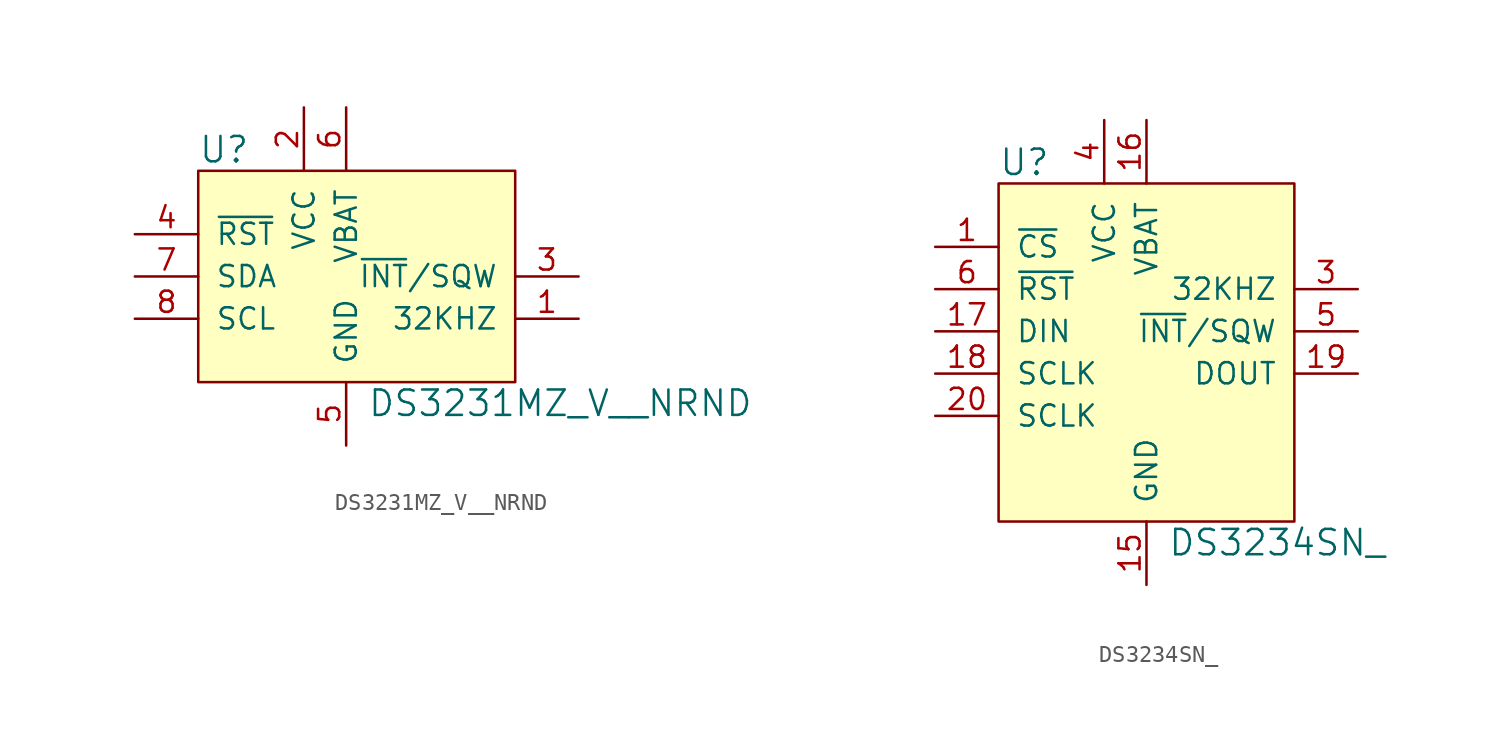
<source format=kicad_sym>
(kicad_symbol_lib
  (version 20220914)
  (generator kicad_symbol_editor)
  (symbol "DS3231MZ_V__NRND"
    (pin_names
      (offset 1.016))
    (property "Reference" "U"
      (at -8.89 7.62 0)
      (effects (font (size 1.524 1.524)) (justify left)))
    (property "Value" "DS3231MZ_V__NRND"
      (at 1.27 -7.62 0)
      (effects (font (size 1.524 1.524)) (justify left)))
    (symbol "DS3231MZ_V__NRND_0_1"
      (rectangle (start -8.89 6.35) (end 10.16 -6.35) (stroke (width 0) (type solid)) (fill (type background))))
    (symbol "DS3231MZ_V__NRND_1_1"
      (pin output line (at 13.97 -2.54 180) (length 3.81) (name "32KHZ" (effects (font (size 1.27 1.27)))) (number "1" (effects (font (size 1.27 1.27)))))
      (pin power_in line (at -2.54 10.16 270) (length 3.81) (name "VCC" (effects (font (size 1.27 1.27)))) (number "2" (effects (font (size 1.27 1.27)))))
      (pin output line (at 13.97 0 180) (length 3.81) (name "~{INT}/SQW" (effects (font (size 1.27 1.27)))) (number "3" (effects (font (size 1.27 1.27)))))
      (pin input line (at -12.7 2.54 0) (length 3.81) (name "~{RST}" (effects (font (size 1.27 1.27)))) (number "4" (effects (font (size 1.27 1.27)))))
      (pin power_in line (at 0 -10.16 90) (length 3.81) (name "GND" (effects (font (size 1.27 1.27)))) (number "5" (effects (font (size 1.27 1.27)))))
      (pin power_in line (at 0 10.16 270) (length 3.81) (name "VBAT" (effects (font (size 1.27 1.27)))) (number "6" (effects (font (size 1.27 1.27)))))
      (pin bidirectional line (at -12.7 0 0) (length 3.81) (name "SDA" (effects (font (size 1.27 1.27)))) (number "7" (effects (font (size 1.27 1.27)))))
      (pin input line (at -12.7 -2.54 0) (length 3.81) (name "SCL" (effects (font (size 1.27 1.27)))) (number "8" (effects (font (size 1.27 1.27)))))))
  (symbol "DS3234SN_"
    (pin_names
      (offset 1.016))
    (property "Reference" "U"
      (at -8.89 10.16 0)
      (effects (font (size 1.524 1.524)) (justify left)))
    (property "Value" "DS3234SN_"
      (at 1.27 -12.7 0)
      (effects (font (size 1.524 1.524)) (justify left)))
    (symbol "DS3234SN__1_1"
      (rectangle (start -8.89 8.89) (end 8.89 -11.43) (stroke (width 0) (type solid)) (fill (type background)))
      (pin input line (at -12.7 5.08 0) (length 3.81) (name "~{CS}" (effects (font (size 1.27 1.27)))) (number "1" (effects (font (size 1.27 1.27)))))
      (pin no_connect line (at 2.54 -11.43 90) (length 0) hide (name "NC" (effects (font (size 1.27 1.27)))) (number "10" (effects (font (size 1.27 1.27)))))
      (pin no_connect line (at 8.89 -10.16 180) (length 0) hide (name "NC" (effects (font (size 1.27 1.27)))) (number "11" (effects (font (size 1.27 1.27)))))
      (pin no_connect line (at 8.89 -7.62 180) (length 0) hide (name "NC" (effects (font (size 1.27 1.27)))) (number "12" (effects (font (size 1.27 1.27)))))
      (pin no_connect line (at 8.89 -5.08 180) (length 0) hide (name "NC" (effects (font (size 1.27 1.27)))) (number "13" (effects (font (size 1.27 1.27)))))
      (pin no_connect line (at 8.89 5.08 180) (length 0) hide (name "NC" (effects (font (size 1.27 1.27)))) (number "14" (effects (font (size 1.27 1.27)))))
      (pin power_in line (at 0 -15.24 90) (length 3.81) (name "GND" (effects (font (size 1.27 1.27)))) (number "15" (effects (font (size 1.27 1.27)))))
      (pin power_in line (at 0 12.7 270) (length 3.81) (name "VBAT" (effects (font (size 1.27 1.27)))) (number "16" (effects (font (size 1.27 1.27)))))
      (pin input line (at -12.7 0 0) (length 3.81) (name "DIN" (effects (font (size 1.27 1.27)))) (number "17" (effects (font (size 1.27 1.27)))))
      (pin input line (at -12.7 -2.54 0) (length 3.81) (name "SCLK" (effects (font (size 1.27 1.27)))) (number "18" (effects (font (size 1.27 1.27)))))
      (pin output line (at 12.7 -2.54 180) (length 3.81) (name "DOUT" (effects (font (size 1.27 1.27)))) (number "19" (effects (font (size 1.27 1.27)))))
      (pin no_connect line (at -8.89 7.62 0) (length 0) hide (name "NC" (effects (font (size 1.27 1.27)))) (number "2" (effects (font (size 1.27 1.27)))))
      (pin input line (at -12.7 -5.08 0) (length 3.81) (name "SCLK" (effects (font (size 1.27 1.27)))) (number "20" (effects (font (size 1.27 1.27)))))
      (pin output line (at 12.7 2.54 180) (length 3.81) (name "32KHZ" (effects (font (size 1.27 1.27)))) (number "3" (effects (font (size 1.27 1.27)))))
      (pin power_in line (at -2.54 12.7 270) (length 3.81) (name "VCC" (effects (font (size 1.27 1.27)))) (number "4" (effects (font (size 1.27 1.27)))))
      (pin output line (at 12.7 0 180) (length 3.81) (name "~{INT}/SQW" (effects (font (size 1.27 1.27)))) (number "5" (effects (font (size 1.27 1.27)))))
      (pin bidirectional line (at -12.7 2.54 0) (length 3.81) (name "~{RST}" (effects (font (size 1.27 1.27)))) (number "6" (effects (font (size 1.27 1.27)))))
      (pin no_connect line (at -8.89 -7.62 0) (length 0) hide (name "NC" (effects (font (size 1.27 1.27)))) (number "7" (effects (font (size 1.27 1.27)))))
      (pin no_connect line (at -8.89 -10.16 0) (length 0) hide (name "NC" (effects (font (size 1.27 1.27)))) (number "8" (effects (font (size 1.27 1.27)))))
      (pin no_connect line (at -2.54 -11.43 90) (length 0) hide (name "NC" (effects (font (size 1.27 1.27)))) (number "9" (effects (font (size 1.27 1.27))))))))
</source>
